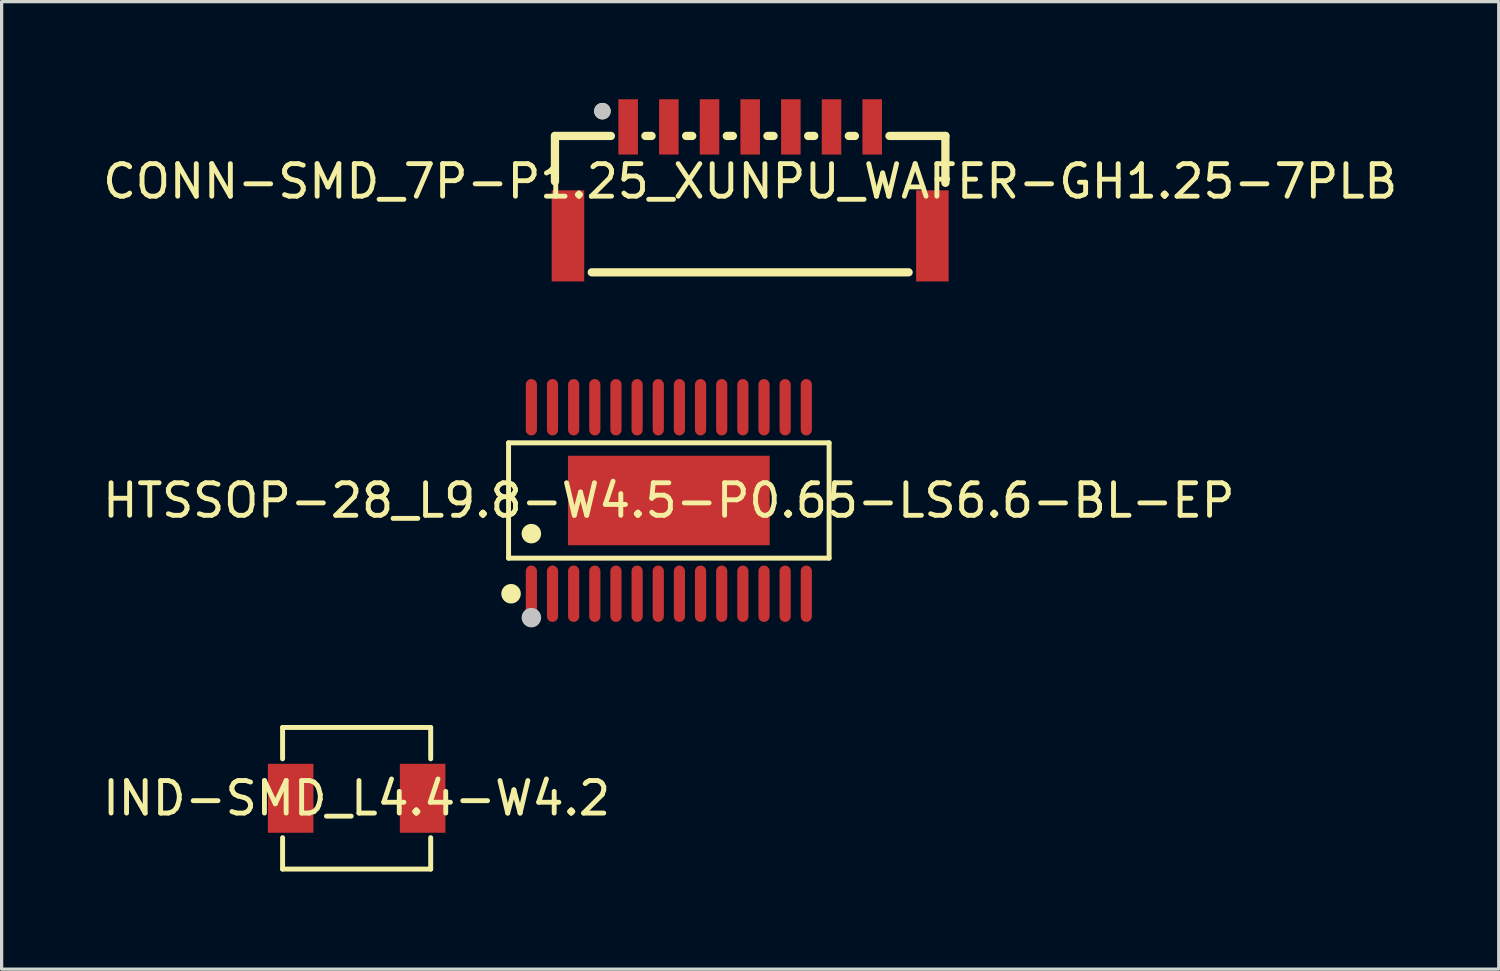
<source format=kicad_pcb>
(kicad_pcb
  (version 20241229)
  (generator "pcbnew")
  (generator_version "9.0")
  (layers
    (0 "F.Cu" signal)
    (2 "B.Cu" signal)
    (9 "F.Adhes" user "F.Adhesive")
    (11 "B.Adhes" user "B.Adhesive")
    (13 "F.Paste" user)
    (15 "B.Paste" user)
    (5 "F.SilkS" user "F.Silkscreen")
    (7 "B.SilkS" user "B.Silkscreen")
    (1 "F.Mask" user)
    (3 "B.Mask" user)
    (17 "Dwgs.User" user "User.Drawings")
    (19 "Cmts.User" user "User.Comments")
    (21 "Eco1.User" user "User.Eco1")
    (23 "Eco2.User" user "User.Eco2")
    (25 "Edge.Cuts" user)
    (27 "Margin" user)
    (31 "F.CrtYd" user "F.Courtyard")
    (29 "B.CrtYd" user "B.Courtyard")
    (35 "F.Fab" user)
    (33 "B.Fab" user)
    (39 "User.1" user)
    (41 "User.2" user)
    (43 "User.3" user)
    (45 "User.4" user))
  (footprint "IND-SMD_L4.4-W4.2"
    (layer "F.Cu")
    (at 7.911 21.484)
    (property "Reference" "IND-SMD_L4.4-W4.2" (at 0 0 0) (layer "F.SilkS") (effects (font (size 1 1) (thickness 0.15))))
    (fp_line (start -2.276 -2.176) (end 2.276 -2.176) (stroke (width 0.152) (type default)) (layer "F.SilkS"))
    (fp_line (start -2.276 -1.212) (end -2.276 -2.176) (stroke (width 0.152) (type default)) (layer "F.SilkS"))
    (fp_line (start -2.276 1.212) (end -2.276 2.176) (stroke (width 0.152) (type default)) (layer "F.SilkS"))
    (fp_line (start -2.276 2.176) (end 2.276 2.176) (stroke (width 0.152) (type default)) (layer "F.SilkS"))
    (fp_line (start 2.276 -2.176) (end 2.276 -1.212) (stroke (width 0.152) (type default)) (layer "F.SilkS"))
    (fp_line (start 2.276 2.176) (end 2.276 1.212) (stroke (width 0.152) (type default)) (layer "F.SilkS"))
    (fp_poly (pts (xy -2.2 -1) (xy -1.4 -1) (xy -1.4 1) (xy -2.2 1)) (stroke (width 0.1) (type default)) (fill no) (layer "User.1"))
    (fp_poly (pts (xy 1.4 -1) (xy 2.2 -1) (xy 2.2 1) (xy 1.4 1)) (stroke (width 0.1) (type default)) (fill no) (layer "User.1"))
    (fp_line (start -2.2 -2.1) (end 2.2 -2.1) (stroke (width 0.051) (type default)) (layer "User.2"))
    (fp_line (start -2.2 2.1) (end -2.2 -2.1) (stroke (width 0.051) (type default)) (layer "User.2"))
    (fp_line (start 2.2 -2.1) (end 2.2 2.1) (stroke (width 0.051) (type default)) (layer "User.2"))
    (fp_line (start 2.2 2.1) (end -2.2 2.1) (stroke (width 0.051) (type default)) (layer "User.2"))
    (fp_poly (pts (xy 2.255 -2.123) (xy 2.223 -2.155) (xy 2.177 -2.155) (xy 2.145 -2.123) (xy 2.145 -2.077) (xy 2.177 -2.045) (xy 2.223 -2.045) (xy 2.255 -2.077)) (stroke (width 0.1) (type default)) (fill no) (layer "User.3"))
    (pad "1" smd rect (at 2.028 0) (size 1.4 2.12) (layers "F.Cu" "F.Mask" "F.Paste"))
    (pad "2" smd rect (at -2.028 0) (size 1.4 2.12) (layers "F.Cu" "F.Mask" "F.Paste")))
  (footprint "CONN-SMD_7P-P1.25_XUNPU_WAFER-GH1.25-7PLB"
    (layer "F.Cu")
    (at 20.006 2.525)
    (property "Reference" "CONN-SMD_7P-P1.25_XUNPU_WAFER-GH1.25-7PLB" (at 0 0 0) (layer "F.SilkS") (effects (font (size 1 1) (thickness 0.15))))
    (fp_line (start -6 -1.397) (end -4.281 -1.397) (stroke (width 0.254) (type default)) (layer "F.SilkS"))
    (fp_line (start -6 0) (end -6 -1.397) (stroke (width 0.254) (type default)) (layer "F.SilkS"))
    (fp_line (start -4.869 2.794) (end 4.869 2.794) (stroke (width 0.254) (type default)) (layer "F.SilkS"))
    (fp_line (start -3.031 -1.397) (end -3.219 -1.397) (stroke (width 0.254) (type default)) (layer "F.SilkS"))
    (fp_line (start -1.781 -1.397) (end -1.968 -1.397) (stroke (width 0.254) (type default)) (layer "F.SilkS"))
    (fp_line (start -0.531 -1.397) (end -0.719 -1.397) (stroke (width 0.254) (type default)) (layer "F.SilkS"))
    (fp_line (start 0.719 -1.397) (end 0.531 -1.397) (stroke (width 0.254) (type default)) (layer "F.SilkS"))
    (fp_line (start 1.969 -1.397) (end 1.782 -1.397) (stroke (width 0.254) (type default)) (layer "F.SilkS"))
    (fp_line (start 3.219 -1.397) (end 3.031 -1.397) (stroke (width 0.254) (type default)) (layer "F.SilkS"))
    (fp_line (start 4.281 -1.397) (end 6 -1.397) (stroke (width 0.254) (type default)) (layer "F.SilkS"))
    (fp_line (start 6 -1.397) (end 6 0.044) (stroke (width 0.254) (type default)) (layer "F.SilkS"))
    (fp_circle (center -4.542 -2.159) (end -4.415 -2.159) (stroke (width 0.254) (type default)) (fill no) (layer "F.SilkS"))
    (fp_circle (center -4.542 -2.159) (end -4.415 -2.159) (stroke (width 0.254) (type default)) (fill no) (layer "Dwgs.User"))
    (fp_poly (pts (xy -5.5 2.794) (xy -5.7 2.794) (xy -5.7 1.294) (xy -5.5 1.294)) (stroke (width 0.1) (type default)) (fill no) (layer "User.1"))
    (fp_poly (pts (xy -3.65 -1.356) (xy -3.85 -1.356) (xy -3.85 -2.156) (xy -3.65 -2.156)) (stroke (width 0.1) (type default)) (fill no) (layer "User.1"))
    (fp_poly (pts (xy -2.4 -1.356) (xy -2.599 -1.356) (xy -2.599 -2.156) (xy -2.4 -2.156)) (stroke (width 0.1) (type default)) (fill no) (layer "User.1"))
    (fp_poly (pts (xy -1.15 -1.356) (xy -1.35 -1.356) (xy -1.35 -2.156) (xy -1.15 -2.156)) (stroke (width 0.1) (type default)) (fill no) (layer "User.1"))
    (fp_poly (pts (xy 0.1 -1.356) (xy -0.1 -1.356) (xy -0.1 -2.156) (xy 0.1 -2.156)) (stroke (width 0.1) (type default)) (fill no) (layer "User.1"))
    (fp_poly (pts (xy 1.351 -1.356) (xy 1.151 -1.356) (xy 1.151 -2.156) (xy 1.351 -2.156)) (stroke (width 0.1) (type default)) (fill no) (layer "User.1"))
    (fp_poly (pts (xy 2.6 -1.356) (xy 2.4 -1.356) (xy 2.4 -2.156) (xy 2.6 -2.156)) (stroke (width 0.1) (type default)) (fill no) (layer "User.1"))
    (fp_poly (pts (xy 3.85 -1.356) (xy 3.65 -1.356) (xy 3.65 -2.156) (xy 3.85 -2.156)) (stroke (width 0.1) (type default)) (fill no) (layer "User.1"))
    (fp_poly (pts (xy 5.7 2.794) (xy 5.5 2.794) (xy 5.5 1.294) (xy 5.7 1.294)) (stroke (width 0.1) (type default)) (fill no) (layer "User.1"))
    (fp_line (start -6 -1.456) (end 6 -1.456) (stroke (width 0.051) (type default)) (layer "User.2"))
    (fp_line (start -6 2.794) (end -6 -1.456) (stroke (width 0.051) (type default)) (layer "User.2"))
    (fp_line (start 6 -1.456) (end 6 2.794) (stroke (width 0.051) (type default)) (layer "User.2"))
    (fp_line (start 6 2.794) (end -6 2.794) (stroke (width 0.051) (type default)) (layer "User.2"))
    (fp_poly (pts (xy -5.945 -2.179) (xy -5.977 -2.211) (xy -6.023 -2.211) (xy -6.055 -2.179) (xy -6.055 -2.133) (xy -6.023 -2.101) (xy -5.977 -2.101) (xy -5.945 -2.133)) (stroke (width 0.1) (type default)) (fill no) (layer "User.3"))
    (pad "1" smd rect (at -3.75 -1.675 180) (size 0.6 1.7) (layers "F.Cu" "F.Mask" "F.Paste"))
    (pad "2" smd rect (at -2.499 -1.675 180) (size 0.6 1.7) (layers "F.Cu" "F.Mask" "F.Paste"))
    (pad "3" smd rect (at -1.25 -1.675 180) (size 0.6 1.7) (layers "F.Cu" "F.Mask" "F.Paste"))
    (pad "4" smd rect (at 0 -1.675 180) (size 0.6 1.7) (layers "F.Cu" "F.Mask" "F.Paste"))
    (pad "5" smd rect (at 1.25 -1.675 180) (size 0.6 1.7) (layers "F.Cu" "F.Mask" "F.Paste"))
    (pad "6" smd rect (at 2.5 -1.675 180) (size 0.6 1.7) (layers "F.Cu" "F.Mask" "F.Paste"))
    (pad "7" smd rect (at 3.75 -1.675 180) (size 0.6 1.7) (layers "F.Cu" "F.Mask" "F.Paste"))
    (pad "8" smd rect (at 5.6 1.675 180) (size 1 2.8) (layers "F.Cu" "F.Mask" "F.Paste"))
    (pad "9" smd rect (at -5.6 1.675 180) (size 1 2.8) (layers "F.Cu" "F.Mask" "F.Paste")))
  (footprint "HTSSOP-28_L9.8-W4.5-P0.65-LS6.6-BL-EP"
    (layer "F.Cu")
    (at 17.506 12.332)
    (property "Reference" "HTSSOP-28_L9.8-W4.5-P0.65-LS6.6-BL-EP" (at 0 0 0) (layer "F.SilkS") (effects (font (size 1 1) (thickness 0.15))))
    (fp_line (start -4.926 -1.772) (end 4.926 -1.772) (stroke (width 0.152) (type default)) (layer "F.SilkS"))
    (fp_line (start -4.926 1.772) (end -4.926 -1.772) (stroke (width 0.152) (type default)) (layer "F.SilkS"))
    (fp_line (start 4.926 -1.772) (end 4.926 1.772) (stroke (width 0.152) (type default)) (layer "F.SilkS"))
    (fp_line (start 4.926 1.772) (end -4.926 1.772) (stroke (width 0.152) (type default)) (layer "F.SilkS"))
    (fp_circle (center -4.849 2.866) (end -4.699 2.866) (stroke (width 0.3) (type default)) (fill no) (layer "F.SilkS"))
    (fp_circle (center -4.225 1.019) (end -4.075 1.019) (stroke (width 0.3) (type default)) (fill no) (layer "F.SilkS"))
    (fp_circle (center -4.225 3.6) (end -4.075 3.6) (stroke (width 0.3) (type default)) (fill no) (layer "Dwgs.User"))
    (fp_poly (pts (xy -4.348 -3.2) (xy -4.348 -2.6) (xy -4.103 -2.6) (xy -4.103 -3.2)) (stroke (width 0.1) (type default)) (fill no) (layer "User.1"))
    (fp_poly (pts (xy -4.348 -2.61) (xy -4.348 -2.19) (xy -4.103 -2.19) (xy -4.103 -2.61)) (stroke (width 0.1) (type default)) (fill no) (layer "User.1"))
    (fp_poly (pts (xy -4.348 2.61) (xy -4.348 2.19) (xy -4.103 2.19) (xy -4.103 2.61)) (stroke (width 0.1) (type default)) (fill no) (layer "User.1"))
    (fp_poly (pts (xy -4.348 3.2) (xy -4.348 2.6) (xy -4.103 2.6) (xy -4.103 3.2)) (stroke (width 0.1) (type default)) (fill no) (layer "User.1"))
    (fp_poly (pts (xy -3.697 -3.2) (xy -3.697 -2.6) (xy -3.453 -2.6) (xy -3.453 -3.2)) (stroke (width 0.1) (type default)) (fill no) (layer "User.1"))
    (fp_poly (pts (xy -3.697 -2.61) (xy -3.697 -2.19) (xy -3.453 -2.19) (xy -3.453 -2.61)) (stroke (width 0.1) (type default)) (fill no) (layer "User.1"))
    (fp_poly (pts (xy -3.697 2.61) (xy -3.697 2.19) (xy -3.453 2.19) (xy -3.453 2.61)) (stroke (width 0.1) (type default)) (fill no) (layer "User.1"))
    (fp_poly (pts (xy -3.697 3.2) (xy -3.697 2.6) (xy -3.453 2.6) (xy -3.453 3.2)) (stroke (width 0.1) (type default)) (fill no) (layer "User.1"))
    (fp_poly (pts (xy -3.1 1.375) (xy -3.1 -1.375) (xy 3.1 -1.375) (xy 3.1 1.375)) (stroke (width 0.1) (type default)) (fill no) (layer "User.1"))
    (fp_poly (pts (xy -3.047 -3.2) (xy -3.047 -2.6) (xy -2.803 -2.6) (xy -2.803 -3.2)) (stroke (width 0.1) (type default)) (fill no) (layer "User.1"))
    (fp_poly (pts (xy -3.047 -2.61) (xy -3.047 -2.19) (xy -2.803 -2.19) (xy -2.803 -2.61)) (stroke (width 0.1) (type default)) (fill no) (layer "User.1"))
    (fp_poly (pts (xy -3.047 2.61) (xy -3.047 2.19) (xy -2.803 2.19) (xy -2.803 2.61)) (stroke (width 0.1) (type default)) (fill no) (layer "User.1"))
    (fp_poly (pts (xy -3.047 3.2) (xy -3.047 2.6) (xy -2.803 2.6) (xy -2.803 3.2)) (stroke (width 0.1) (type default)) (fill no) (layer "User.1"))
    (fp_poly (pts (xy -2.397 -3.2) (xy -2.397 -2.6) (xy -2.152 -2.6) (xy -2.152 -3.2)) (stroke (width 0.1) (type default)) (fill no) (layer "User.1"))
    (fp_poly (pts (xy -2.397 -2.61) (xy -2.397 -2.19) (xy -2.152 -2.19) (xy -2.152 -2.61)) (stroke (width 0.1) (type default)) (fill no) (layer "User.1"))
    (fp_poly (pts (xy -2.397 2.61) (xy -2.397 2.19) (xy -2.152 2.19) (xy -2.152 2.61)) (stroke (width 0.1) (type default)) (fill no) (layer "User.1"))
    (fp_poly (pts (xy -2.397 3.2) (xy -2.397 2.6) (xy -2.152 2.6) (xy -2.152 3.2)) (stroke (width 0.1) (type default)) (fill no) (layer "User.1"))
    (fp_poly (pts (xy -1.748 -3.2) (xy -1.748 -2.6) (xy -1.502 -2.6) (xy -1.502 -3.2)) (stroke (width 0.1) (type default)) (fill no) (layer "User.1"))
    (fp_poly (pts (xy -1.748 -2.61) (xy -1.748 -2.19) (xy -1.502 -2.19) (xy -1.502 -2.61)) (stroke (width 0.1) (type default)) (fill no) (layer "User.1"))
    (fp_poly (pts (xy -1.748 2.61) (xy -1.748 2.19) (xy -1.502 2.19) (xy -1.502 2.61)) (stroke (width 0.1) (type default)) (fill no) (layer "User.1"))
    (fp_poly (pts (xy -1.748 3.2) (xy -1.748 2.6) (xy -1.502 2.6) (xy -1.502 3.2)) (stroke (width 0.1) (type default)) (fill no) (layer "User.1"))
    (fp_poly (pts (xy -1.097 -3.2) (xy -1.097 -2.6) (xy -0.853 -2.6) (xy -0.853 -3.2)) (stroke (width 0.1) (type default)) (fill no) (layer "User.1"))
    (fp_poly (pts (xy -1.097 -2.61) (xy -1.097 -2.19) (xy -0.853 -2.19) (xy -0.853 -2.61)) (stroke (width 0.1) (type default)) (fill no) (layer "User.1"))
    (fp_poly (pts (xy -1.097 2.61) (xy -1.097 2.19) (xy -0.853 2.19) (xy -0.853 2.61)) (stroke (width 0.1) (type default)) (fill no) (layer "User.1"))
    (fp_poly (pts (xy -1.097 3.2) (xy -1.097 2.6) (xy -0.853 2.6) (xy -0.853 3.2)) (stroke (width 0.1) (type default)) (fill no) (layer "User.1"))
    (fp_poly (pts (xy -0.448 -3.2) (xy -0.448 -2.6) (xy -0.203 -2.6) (xy -0.203 -3.2)) (stroke (width 0.1) (type default)) (fill no) (layer "User.1"))
    (fp_poly (pts (xy -0.448 -2.61) (xy -0.448 -2.19) (xy -0.203 -2.19) (xy -0.203 -2.61)) (stroke (width 0.1) (type default)) (fill no) (layer "User.1"))
    (fp_poly (pts (xy -0.448 2.61) (xy -0.448 2.19) (xy -0.203 2.19) (xy -0.203 2.61)) (stroke (width 0.1) (type default)) (fill no) (layer "User.1"))
    (fp_poly (pts (xy -0.448 3.2) (xy -0.448 2.6) (xy -0.203 2.6) (xy -0.203 3.2)) (stroke (width 0.1) (type default)) (fill no) (layer "User.1"))
    (fp_poly (pts (xy 0.203 -3.2) (xy 0.203 -2.6) (xy 0.448 -2.6) (xy 0.448 -3.2)) (stroke (width 0.1) (type default)) (fill no) (layer "User.1"))
    (fp_poly (pts (xy 0.203 -2.61) (xy 0.203 -2.19) (xy 0.448 -2.19) (xy 0.448 -2.61)) (stroke (width 0.1) (type default)) (fill no) (layer "User.1"))
    (fp_poly (pts (xy 0.203 2.61) (xy 0.203 2.19) (xy 0.448 2.19) (xy 0.448 2.61)) (stroke (width 0.1) (type default)) (fill no) (layer "User.1"))
    (fp_poly (pts (xy 0.203 3.2) (xy 0.203 2.6) (xy 0.448 2.6) (xy 0.448 3.2)) (stroke (width 0.1) (type default)) (fill no) (layer "User.1"))
    (fp_poly (pts (xy 0.853 -3.2) (xy 0.853 -2.6) (xy 1.097 -2.6) (xy 1.097 -3.2)) (stroke (width 0.1) (type default)) (fill no) (layer "User.1"))
    (fp_poly (pts (xy 0.853 -2.61) (xy 0.853 -2.19) (xy 1.097 -2.19) (xy 1.097 -2.61)) (stroke (width 0.1) (type default)) (fill no) (layer "User.1"))
    (fp_poly (pts (xy 0.853 2.61) (xy 0.853 2.19) (xy 1.097 2.19) (xy 1.097 2.61)) (stroke (width 0.1) (type default)) (fill no) (layer "User.1"))
    (fp_poly (pts (xy 0.853 3.2) (xy 0.853 2.6) (xy 1.097 2.6) (xy 1.097 3.2)) (stroke (width 0.1) (type default)) (fill no) (layer "User.1"))
    (fp_poly (pts (xy 1.502 -3.2) (xy 1.502 -2.6) (xy 1.748 -2.6) (xy 1.748 -3.2)) (stroke (width 0.1) (type default)) (fill no) (layer "User.1"))
    (fp_poly (pts (xy 1.502 -2.61) (xy 1.502 -2.19) (xy 1.748 -2.19) (xy 1.748 -2.61)) (stroke (width 0.1) (type default)) (fill no) (layer "User.1"))
    (fp_poly (pts (xy 1.502 2.61) (xy 1.502 2.19) (xy 1.748 2.19) (xy 1.748 2.61)) (stroke (width 0.1) (type default)) (fill no) (layer "User.1"))
    (fp_poly (pts (xy 1.502 3.2) (xy 1.502 2.6) (xy 1.748 2.6) (xy 1.748 3.2)) (stroke (width 0.1) (type default)) (fill no) (layer "User.1"))
    (fp_poly (pts (xy 2.152 -3.2) (xy 2.152 -2.6) (xy 2.397 -2.6) (xy 2.397 -3.2)) (stroke (width 0.1) (type default)) (fill no) (layer "User.1"))
    (fp_poly (pts (xy 2.152 -2.61) (xy 2.152 -2.19) (xy 2.397 -2.19) (xy 2.397 -2.61)) (stroke (width 0.1) (type default)) (fill no) (layer "User.1"))
    (fp_poly (pts (xy 2.152 2.61) (xy 2.152 2.19) (xy 2.397 2.19) (xy 2.397 2.61)) (stroke (width 0.1) (type default)) (fill no) (layer "User.1"))
    (fp_poly (pts (xy 2.152 3.2) (xy 2.152 2.6) (xy 2.397 2.6) (xy 2.397 3.2)) (stroke (width 0.1) (type default)) (fill no) (layer "User.1"))
    (fp_poly (pts (xy 2.803 -3.2) (xy 2.803 -2.6) (xy 3.047 -2.6) (xy 3.047 -3.2)) (stroke (width 0.1) (type default)) (fill no) (layer "User.1"))
    (fp_poly (pts (xy 2.803 -2.61) (xy 2.803 -2.19) (xy 3.047 -2.19) (xy 3.047 -2.61)) (stroke (width 0.1) (type default)) (fill no) (layer "User.1"))
    (fp_poly (pts (xy 2.803 2.61) (xy 2.803 2.19) (xy 3.047 2.19) (xy 3.047 2.61)) (stroke (width 0.1) (type default)) (fill no) (layer "User.1"))
    (fp_poly (pts (xy 2.803 3.2) (xy 2.803 2.6) (xy 3.047 2.6) (xy 3.047 3.2)) (stroke (width 0.1) (type default)) (fill no) (layer "User.1"))
    (fp_poly (pts (xy 3.453 -3.2) (xy 3.453 -2.6) (xy 3.697 -2.6) (xy 3.697 -3.2)) (stroke (width 0.1) (type default)) (fill no) (layer "User.1"))
    (fp_poly (pts (xy 3.453 -2.61) (xy 3.453 -2.19) (xy 3.697 -2.19) (xy 3.697 -2.61)) (stroke (width 0.1) (type default)) (fill no) (layer "User.1"))
    (fp_poly (pts (xy 3.453 2.61) (xy 3.453 2.19) (xy 3.697 2.19) (xy 3.697 2.61)) (stroke (width 0.1) (type default)) (fill no) (layer "User.1"))
    (fp_poly (pts (xy 3.453 3.2) (xy 3.453 2.6) (xy 3.697 2.6) (xy 3.697 3.2)) (stroke (width 0.1) (type default)) (fill no) (layer "User.1"))
    (fp_poly (pts (xy 4.103 -3.2) (xy 4.103 -2.6) (xy 4.348 -2.6) (xy 4.348 -3.2)) (stroke (width 0.1) (type default)) (fill no) (layer "User.1"))
    (fp_poly (pts (xy 4.103 -2.61) (xy 4.103 -2.19) (xy 4.348 -2.19) (xy 4.348 -2.61)) (stroke (width 0.1) (type default)) (fill no) (layer "User.1"))
    (fp_poly (pts (xy 4.103 2.61) (xy 4.103 2.19) (xy 4.348 2.19) (xy 4.348 2.61)) (stroke (width 0.1) (type default)) (fill no) (layer "User.1"))
    (fp_poly (pts (xy 4.103 3.2) (xy 4.103 2.6) (xy 4.348 2.6) (xy 4.348 3.2)) (stroke (width 0.1) (type default)) (fill no) (layer "User.1"))
    (fp_line (start -4.85 -2.2) (end 4.85 -2.2) (stroke (width 0.051) (type default)) (layer "User.2"))
    (fp_line (start -4.85 2.2) (end -4.85 -2.2) (stroke (width 0.051) (type default)) (layer "User.2"))
    (fp_line (start 4.85 -2.2) (end 4.85 2.2) (stroke (width 0.051) (type default)) (layer "User.2"))
    (fp_line (start 4.85 2.2) (end -4.85 2.2) (stroke (width 0.051) (type default)) (layer "User.2"))
    (fp_poly (pts (xy -4.795 3.177) (xy -4.827 3.145) (xy -4.873 3.145) (xy -4.905 3.177) (xy -4.905 3.223) (xy -4.873 3.255) (xy -4.827 3.255) (xy -4.795 3.223)) (stroke (width 0.1) (type default)) (fill no) (layer "User.3"))
    (pad "1" smd oval (at -4.225 2.866) (size 0.343 1.732) (layers "F.Cu" "F.Mask" "F.Paste"))
    (pad "2" smd oval (at -3.575 2.866) (size 0.343 1.732) (layers "F.Cu" "F.Mask" "F.Paste"))
    (pad "3" smd oval (at -2.925 2.866) (size 0.343 1.732) (layers "F.Cu" "F.Mask" "F.Paste"))
    (pad "4" smd oval (at -2.275 2.866) (size 0.343 1.732) (layers "F.Cu" "F.Mask" "F.Paste"))
    (pad "5" smd oval (at -1.625 2.866) (size 0.343 1.732) (layers "F.Cu" "F.Mask" "F.Paste"))
    (pad "6" smd oval (at -0.975 2.866) (size 0.343 1.732) (layers "F.Cu" "F.Mask" "F.Paste"))
    (pad "7" smd oval (at -0.325 2.866) (size 0.343 1.732) (layers "F.Cu" "F.Mask" "F.Paste"))
    (pad "8" smd oval (at 0.325 2.866) (size 0.343 1.732) (layers "F.Cu" "F.Mask" "F.Paste"))
    (pad "9" smd oval (at 0.975 2.866) (size 0.343 1.732) (layers "F.Cu" "F.Mask" "F.Paste"))
    (pad "10" smd oval (at 1.625 2.866) (size 0.343 1.732) (layers "F.Cu" "F.Mask" "F.Paste"))
    (pad "11" smd oval (at 2.275 2.866) (size 0.343 1.732) (layers "F.Cu" "F.Mask" "F.Paste"))
    (pad "12" smd oval (at 2.925 2.866) (size 0.343 1.732) (layers "F.Cu" "F.Mask" "F.Paste"))
    (pad "13" smd oval (at 3.575 2.866) (size 0.343 1.732) (layers "F.Cu" "F.Mask" "F.Paste"))
    (pad "14" smd oval (at 4.225 2.866) (size 0.343 1.732) (layers "F.Cu" "F.Mask" "F.Paste"))
    (pad "15" smd oval (at 4.225 -2.866) (size 0.343 1.732) (layers "F.Cu" "F.Mask" "F.Paste"))
    (pad "16" smd oval (at 3.575 -2.866) (size 0.343 1.732) (layers "F.Cu" "F.Mask" "F.Paste"))
    (pad "17" smd oval (at 2.925 -2.866) (size 0.343 1.732) (layers "F.Cu" "F.Mask" "F.Paste"))
    (pad "18" smd oval (at 2.275 -2.866) (size 0.343 1.732) (layers "F.Cu" "F.Mask" "F.Paste"))
    (pad "19" smd oval (at 1.625 -2.866) (size 0.343 1.732) (layers "F.Cu" "F.Mask" "F.Paste"))
    (pad "20" smd oval (at 0.975 -2.866) (size 0.343 1.732) (layers "F.Cu" "F.Mask" "F.Paste"))
    (pad "21" smd oval (at 0.325 -2.866) (size 0.343 1.732) (layers "F.Cu" "F.Mask" "F.Paste"))
    (pad "22" smd oval (at -0.325 -2.866) (size 0.343 1.732) (layers "F.Cu" "F.Mask" "F.Paste"))
    (pad "23" smd oval (at -0.975 -2.866) (size 0.343 1.732) (layers "F.Cu" "F.Mask" "F.Paste"))
    (pad "24" smd oval (at -1.625 -2.866) (size 0.343 1.732) (layers "F.Cu" "F.Mask" "F.Paste"))
    (pad "25" smd oval (at -2.275 -2.866) (size 0.343 1.732) (layers "F.Cu" "F.Mask" "F.Paste"))
    (pad "26" smd oval (at -2.925 -2.866) (size 0.343 1.732) (layers "F.Cu" "F.Mask" "F.Paste"))
    (pad "27" smd oval (at -3.575 -2.866) (size 0.343 1.732) (layers "F.Cu" "F.Mask" "F.Paste"))
    (pad "28" smd oval (at -4.225 -2.866) (size 0.343 1.732) (layers "F.Cu" "F.Mask" "F.Paste"))
    (pad "29" smd rect (at 0 0) (size 6.2 2.75) (layers "F.Cu" "F.Mask" "F.Paste")))
  (gr_rect
    (start -3 -3)
    (end 43.012 26.736)
    (stroke (width 0.1) (type default))
    (fill no)
    (layer "Edge.Cuts")))
</source>
